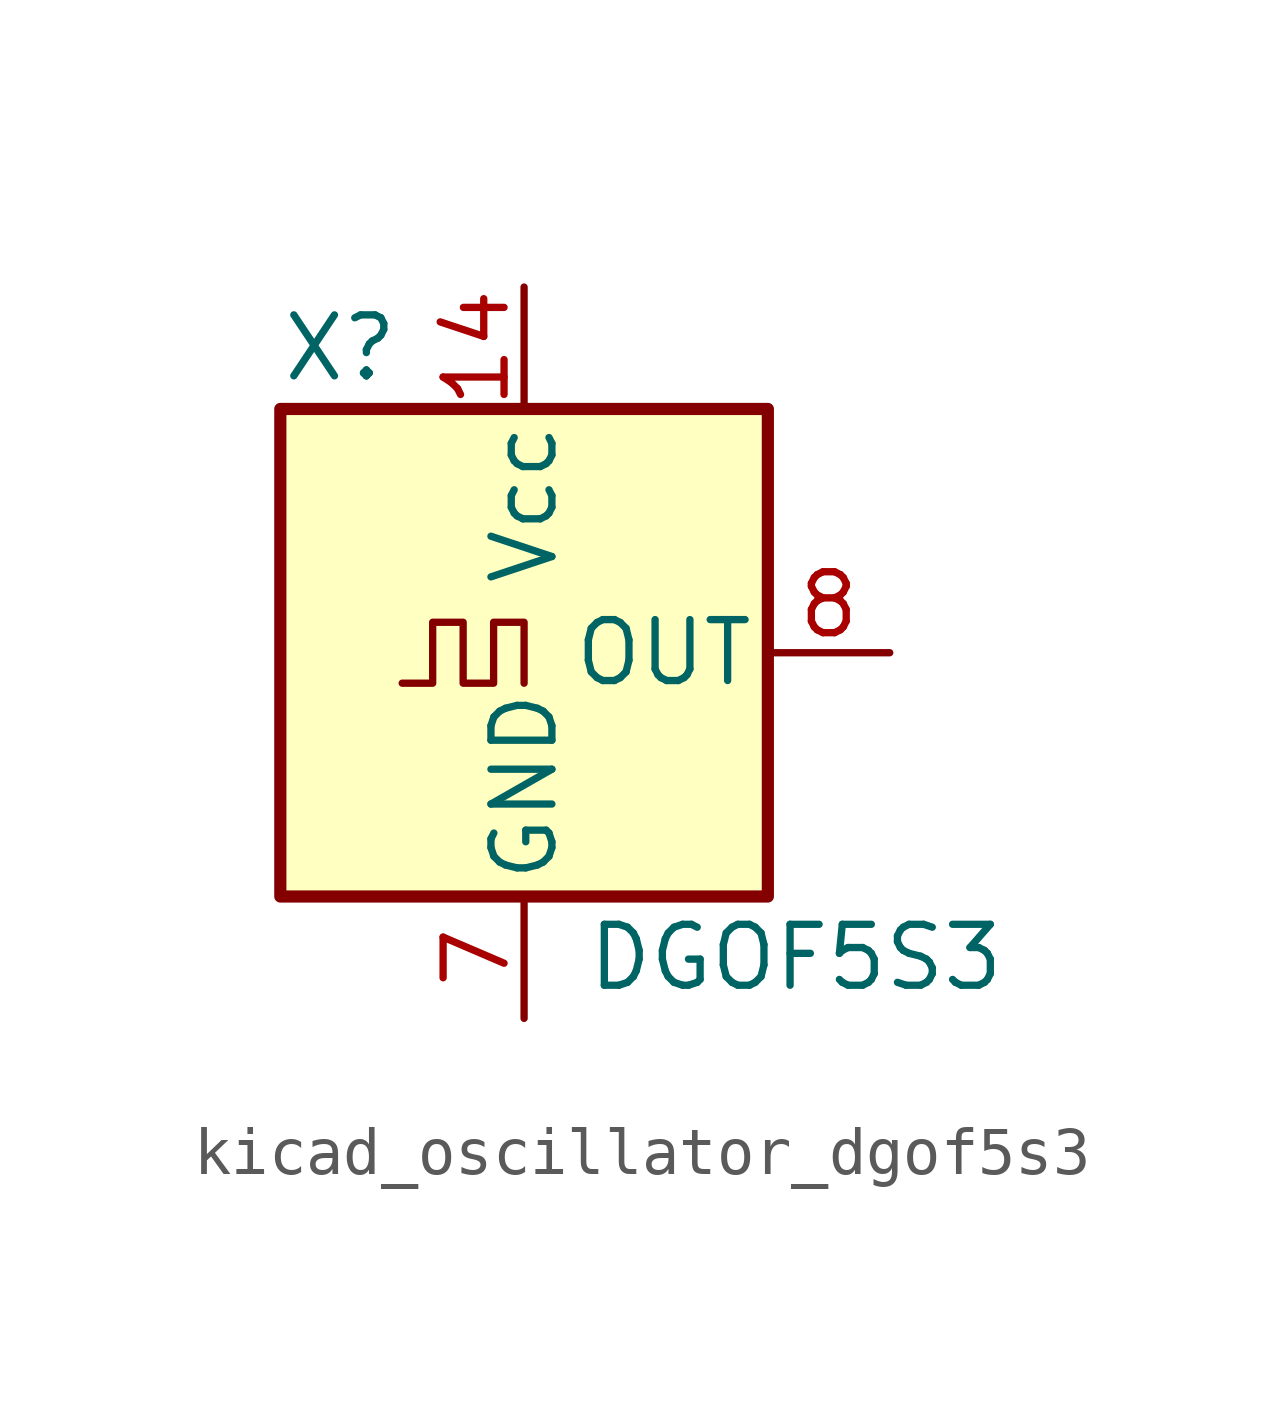
<source format=kicad_sym>
(kicad_symbol_lib
  (version 20220914)
  (generator kicad_symbol_editor)
  (symbol "kicad_oscillator_dgof5s3"
    (pin_names
      (offset 0.254))
    (property "Reference" "X"
      (at -5.08 6.35 0)
      (effects (font (size 1.27 1.27)) (justify left)))
    (property "Value" "DGOF5S3"
      (at 1.27 -6.35 0)
      (effects (font (size 1.27 1.27)) (justify left)))
    (symbol "kicad_oscillator_dgof5s3_0_1"
      (rectangle (start -5.08 5.08) (end 5.08 -5.08) (stroke (width 0.254) (type default)) (fill (type background)))
      (polyline (pts (xy -2.54 -0.635) (xy -1.905 -0.635) (xy -1.905 0.635) (xy -1.27 0.635) (xy -1.27 -0.635) (xy -0.635 -0.635) (xy -0.635 0.635) (xy 0 0.635) (xy 0 -0.635)) (stroke (width 0) (type default)) (fill (type none))))
    (symbol "kicad_oscillator_dgof5s3_1_1"
      (pin no_connect line (at -5.08 2.54 0) (length 2.54) hide (name "NC" (effects (font (size 1.27 1.27)))) (number "1" (effects (font (size 1.27 1.27)))))
      (pin power_in line (at 0 7.62 270) (length 2.54) (name "Vcc" (effects (font (size 1.27 1.27)))) (number "14" (effects (font (size 1.27 1.27)))))
      (pin power_in line (at 0 -7.62 90) (length 2.54) (name "GND" (effects (font (size 1.27 1.27)))) (number "7" (effects (font (size 1.27 1.27)))))
      (pin output line (at 7.62 0 180) (length 2.54) (name "OUT" (effects (font (size 1.27 1.27)))) (number "8" (effects (font (size 1.27 1.27))))))))
</source>
